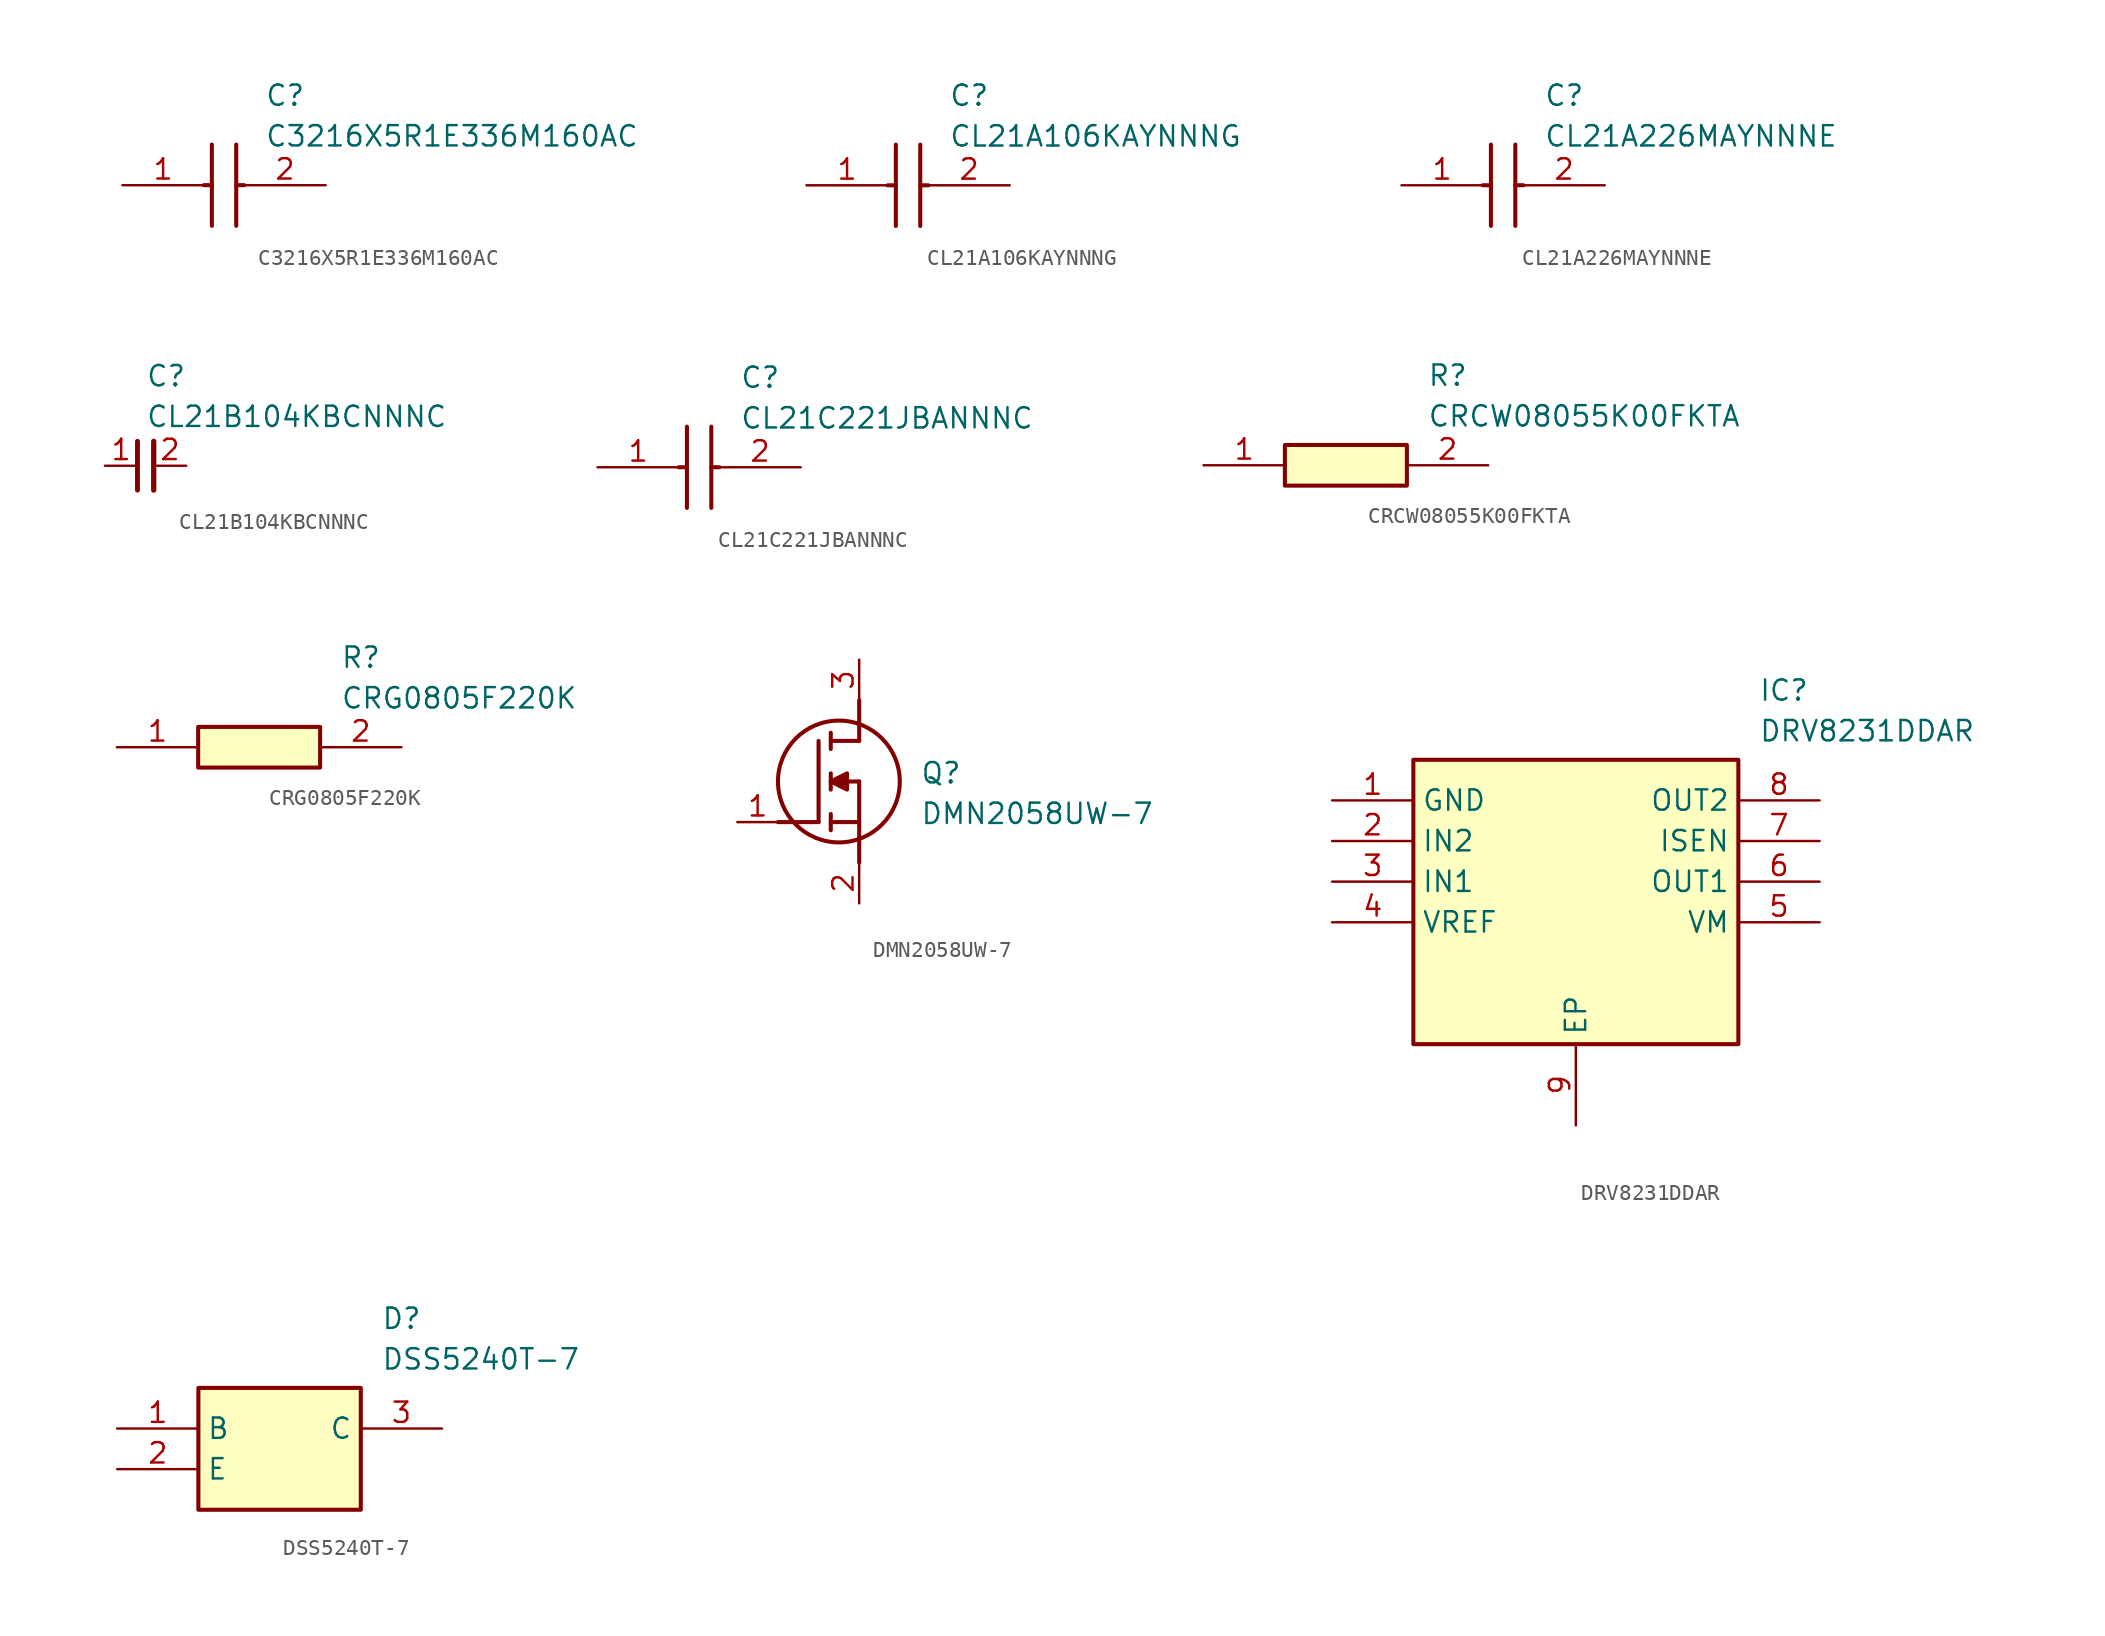
<source format=kicad_sym>
(kicad_symbol_lib
  (version 20241209)
  (generator "kicad_symbol_editor")
  (generator_version "9.0")
  (symbol "C3216X5R1E336M160AC"
    (pin_names
      (hide yes))
    (property "Reference" "C"
      (at 8.89 6.35 0)
      (effects (font (size 1.27 1.27)) (justify left top)))
    (property "Value" "C3216X5R1E336M160AC"
      (at 8.89 3.81 0)
      (effects (font (size 1.27 1.27)) (justify left top)))
    (symbol "C3216X5R1E336M160AC_1_1"
      (polyline (pts (xy 5.08 0) (xy 5.588 0)) (stroke (width 0.254) (type default)) (fill (type none)))
      (polyline (pts (xy 5.588 2.54) (xy 5.588 -2.54)) (stroke (width 0.254) (type default)) (fill (type none)))
      (polyline (pts (xy 7.112 2.54) (xy 7.112 -2.54)) (stroke (width 0.254) (type default)) (fill (type none)))
      (polyline (pts (xy 7.112 0) (xy 7.62 0)) (stroke (width 0.254) (type default)) (fill (type none)))
      (pin passive line (at 0 0 0) (length 5.08) (name "1" (effects (font (size 1.27 1.27)))) (number "1" (effects (font (size 1.27 1.27)))))
      (pin passive line (at 12.7 0 180) (length 5.08) (name "2" (effects (font (size 1.27 1.27)))) (number "2" (effects (font (size 1.27 1.27)))))))
  (symbol "CL21A106KAYNNNG"
    (pin_names
      (hide yes))
    (property "Reference" "C"
      (at 8.89 6.35 0)
      (effects (font (size 1.27 1.27)) (justify left top)))
    (property "Value" "CL21A106KAYNNNG"
      (at 8.89 3.81 0)
      (effects (font (size 1.27 1.27)) (justify left top)))
    (symbol "CL21A106KAYNNNG_1_1"
      (polyline (pts (xy 5.08 0) (xy 5.588 0)) (stroke (width 0.254) (type default)) (fill (type none)))
      (polyline (pts (xy 5.588 2.54) (xy 5.588 -2.54)) (stroke (width 0.254) (type default)) (fill (type none)))
      (polyline (pts (xy 7.112 2.54) (xy 7.112 -2.54)) (stroke (width 0.254) (type default)) (fill (type none)))
      (polyline (pts (xy 7.112 0) (xy 7.62 0)) (stroke (width 0.254) (type default)) (fill (type none)))
      (pin passive line (at 0 0 0) (length 5.08) (name "1" (effects (font (size 1.27 1.27)))) (number "1" (effects (font (size 1.27 1.27)))))
      (pin passive line (at 12.7 0 180) (length 5.08) (name "2" (effects (font (size 1.27 1.27)))) (number "2" (effects (font (size 1.27 1.27)))))))
  (symbol "CL21A226MAYNNNE"
    (pin_names
      (hide yes))
    (property "Reference" "C"
      (at 8.89 6.35 0)
      (effects (font (size 1.27 1.27)) (justify left top)))
    (property "Value" "CL21A226MAYNNNE"
      (at 8.89 3.81 0)
      (effects (font (size 1.27 1.27)) (justify left top)))
    (symbol "CL21A226MAYNNNE_1_1"
      (polyline (pts (xy 5.08 0) (xy 5.588 0)) (stroke (width 0.254) (type default)) (fill (type none)))
      (polyline (pts (xy 5.588 2.54) (xy 5.588 -2.54)) (stroke (width 0.254) (type default)) (fill (type none)))
      (polyline (pts (xy 7.112 2.54) (xy 7.112 -2.54)) (stroke (width 0.254) (type default)) (fill (type none)))
      (polyline (pts (xy 7.112 0) (xy 7.62 0)) (stroke (width 0.254) (type default)) (fill (type none)))
      (pin passive line (at 0 0 0) (length 5.08) (name "1" (effects (font (size 1.27 1.27)))) (number "1" (effects (font (size 1.27 1.27)))))
      (pin passive line (at 12.7 0 180) (length 5.08) (name "2" (effects (font (size 1.27 1.27)))) (number "2" (effects (font (size 1.27 1.27)))))))
  (symbol "CL21B104KBCNNNC"
    (pin_names
      (hide yes))
    (property "Reference" "C"
      (at 8.89 6.35 0)
      (effects (font (size 1.27 1.27)) (justify left top)))
    (property "Value" "CL21B104KBCNNNC"
      (at 8.89 3.81 0)
      (effects (font (size 1.27 1.27)) (justify left top)))
    (symbol "CL21B104KBCNNNC_0_1"
      (polyline (pts (xy 8.382 -1.524) (xy 8.382 1.524)) (stroke (width 0.305) (type default)) (fill (type none)))
      (polyline (pts (xy 9.398 -1.524) (xy 9.398 1.524)) (stroke (width 0.33) (type default)) (fill (type none))))
    (symbol "CL21B104KBCNNNC_1_1"
      (pin passive line (at 6.35 0 0) (length 2.032) (name "~" (effects (font (size 1.27 1.27)))) (number "1" (effects (font (size 1.27 1.27)))))
      (pin passive line (at 11.43 0 180) (length 2.032) (name "~" (effects (font (size 1.27 1.27)))) (number "2" (effects (font (size 1.27 1.27)))))))
  (symbol "CL21C221JBANNNC"
    (pin_names
      (hide yes))
    (property "Reference" "C"
      (at 8.89 6.35 0)
      (effects (font (size 1.27 1.27)) (justify left top)))
    (property "Value" "CL21C221JBANNNC"
      (at 8.89 3.81 0)
      (effects (font (size 1.27 1.27)) (justify left top)))
    (symbol "CL21C221JBANNNC_1_1"
      (polyline (pts (xy 5.08 0) (xy 5.588 0)) (stroke (width 0.254) (type default)) (fill (type none)))
      (polyline (pts (xy 5.588 2.54) (xy 5.588 -2.54)) (stroke (width 0.254) (type default)) (fill (type none)))
      (polyline (pts (xy 7.112 2.54) (xy 7.112 -2.54)) (stroke (width 0.254) (type default)) (fill (type none)))
      (polyline (pts (xy 7.112 0) (xy 7.62 0)) (stroke (width 0.254) (type default)) (fill (type none)))
      (pin passive line (at 0 0 0) (length 5.08) (name "1" (effects (font (size 1.27 1.27)))) (number "1" (effects (font (size 1.27 1.27)))))
      (pin passive line (at 12.7 0 180) (length 5.08) (name "2" (effects (font (size 1.27 1.27)))) (number "2" (effects (font (size 1.27 1.27)))))))
  (symbol "CRCW08055K00FKTA"
    (pin_names
      (hide yes))
    (property "Reference" "R"
      (at 13.97 6.35 0)
      (effects (font (size 1.27 1.27)) (justify left top)))
    (property "Value" "CRCW08055K00FKTA"
      (at 13.97 3.81 0)
      (effects (font (size 1.27 1.27)) (justify left top)))
    (symbol "CRCW08055K00FKTA_1_1"
      (rectangle (start 5.08 1.27) (end 12.7 -1.27) (stroke (width 0.254) (type default)) (fill (type background)))
      (pin passive line (at 0 0 0) (length 5.08) (name "1" (effects (font (size 1.27 1.27)))) (number "1" (effects (font (size 1.27 1.27)))))
      (pin passive line (at 17.78 0 180) (length 5.08) (name "2" (effects (font (size 1.27 1.27)))) (number "2" (effects (font (size 1.27 1.27)))))))
  (symbol "CRG0805F220K"
    (pin_names
      (hide yes))
    (property "Reference" "R"
      (at 13.97 6.35 0)
      (effects (font (size 1.27 1.27)) (justify left top)))
    (property "Value" "CRG0805F220K"
      (at 13.97 3.81 0)
      (effects (font (size 1.27 1.27)) (justify left top)))
    (symbol "CRG0805F220K_1_1"
      (rectangle (start 5.08 1.27) (end 12.7 -1.27) (stroke (width 0.254) (type default)) (fill (type background)))
      (pin passive line (at 0 0 0) (length 5.08) (name "1" (effects (font (size 1.27 1.27)))) (number "1" (effects (font (size 1.27 1.27)))))
      (pin passive line (at 17.78 0 180) (length 5.08) (name "2" (effects (font (size 1.27 1.27)))) (number "2" (effects (font (size 1.27 1.27)))))))
  (symbol "DMN2058UW-7"
    (pin_names
      (hide yes))
    (property "Reference" "Q"
      (at 11.43 3.81 0)
      (effects (font (size 1.27 1.27)) (justify left top)))
    (property "Value" "DMN2058UW-7"
      (at 11.43 1.27 0)
      (effects (font (size 1.27 1.27)) (justify left top)))
    (symbol "DMN2058UW-7_1_1"
      (polyline (pts (xy 2.54 0) (xy 5.08 0)) (stroke (width 0.254) (type default)) (fill (type none)))
      (polyline (pts (xy 5.08 5.08) (xy 5.08 0)) (stroke (width 0.254) (type default)) (fill (type none)))
      (polyline (pts (xy 5.842 5.588) (xy 5.842 4.572)) (stroke (width 0.254) (type default)) (fill (type none)))
      (polyline (pts (xy 5.842 2.54) (xy 6.858 3.048) (xy 6.858 2.032) (xy 5.842 2.54)) (stroke (width 0.254) (type default)) (fill (type outline)))
      (polyline (pts (xy 5.842 2.032) (xy 5.842 3.048)) (stroke (width 0.254) (type default)) (fill (type none)))
      (polyline (pts (xy 5.842 0) (xy 7.62 0)) (stroke (width 0.254) (type default)) (fill (type none)))
      (polyline (pts (xy 5.842 -0.508) (xy 5.842 0.508)) (stroke (width 0.254) (type default)) (fill (type none)))
      (circle (center 6.35 2.54) (radius 3.81) (stroke (width 0.254) (type default)) (fill (type none)))
      (polyline (pts (xy 7.62 5.08) (xy 5.842 5.08)) (stroke (width 0.254) (type default)) (fill (type none)))
      (polyline (pts (xy 7.62 5.08) (xy 7.62 7.62)) (stroke (width 0.254) (type default)) (fill (type none)))
      (polyline (pts (xy 7.62 2.54) (xy 5.842 2.54)) (stroke (width 0.254) (type default)) (fill (type none)))
      (polyline (pts (xy 7.62 2.54) (xy 7.62 -2.54)) (stroke (width 0.254) (type default)) (fill (type none)))
      (pin passive line (at 0 0 0) (length 2.54) (name "G" (effects (font (size 1.27 1.27)))) (number "1" (effects (font (size 1.27 1.27)))))
      (pin passive line (at 7.62 10.16 270) (length 2.54) (name "D" (effects (font (size 1.27 1.27)))) (number "3" (effects (font (size 1.27 1.27)))))
      (pin passive line (at 7.62 -5.08 90) (length 2.54) (name "S" (effects (font (size 1.27 1.27)))) (number "2" (effects (font (size 1.27 1.27)))))))
  (symbol "DRV8231DDAR"
    (property "Reference" "IC"
      (at 26.67 7.62 0)
      (effects (font (size 1.27 1.27)) (justify left top)))
    (property "Value" "DRV8231DDAR"
      (at 26.67 5.08 0)
      (effects (font (size 1.27 1.27)) (justify left top)))
    (symbol "DRV8231DDAR_1_1"
      (rectangle (start 5.08 2.54) (end 25.4 -15.24) (stroke (width 0.254) (type default)) (fill (type background)))
      (pin passive line (at 0 0 0) (length 5.08) (name "GND" (effects (font (size 1.27 1.27)))) (number "1" (effects (font (size 1.27 1.27)))))
      (pin passive line (at 0 -2.54 0) (length 5.08) (name "IN2" (effects (font (size 1.27 1.27)))) (number "2" (effects (font (size 1.27 1.27)))))
      (pin passive line (at 0 -5.08 0) (length 5.08) (name "IN1" (effects (font (size 1.27 1.27)))) (number "3" (effects (font (size 1.27 1.27)))))
      (pin passive line (at 0 -7.62 0) (length 5.08) (name "VREF" (effects (font (size 1.27 1.27)))) (number "4" (effects (font (size 1.27 1.27)))))
      (pin passive line (at 15.24 -20.32 90) (length 5.08) (name "EP" (effects (font (size 1.27 1.27)))) (number "9" (effects (font (size 1.27 1.27)))))
      (pin passive line (at 30.48 0 180) (length 5.08) (name "OUT2" (effects (font (size 1.27 1.27)))) (number "8" (effects (font (size 1.27 1.27)))))
      (pin passive line (at 30.48 -2.54 180) (length 5.08) (name "ISEN" (effects (font (size 1.27 1.27)))) (number "7" (effects (font (size 1.27 1.27)))))
      (pin passive line (at 30.48 -5.08 180) (length 5.08) (name "OUT1" (effects (font (size 1.27 1.27)))) (number "6" (effects (font (size 1.27 1.27)))))
      (pin passive line (at 30.48 -7.62 180) (length 5.08) (name "VM" (effects (font (size 1.27 1.27)))) (number "5" (effects (font (size 1.27 1.27)))))))
  (symbol "DSS5240T-7"
    (property "Reference" "D"
      (at 16.51 7.62 0)
      (effects (font (size 1.27 1.27)) (justify left top)))
    (property "Value" "DSS5240T-7"
      (at 16.51 5.08 0)
      (effects (font (size 1.27 1.27)) (justify left top)))
    (symbol "DSS5240T-7_1_1"
      (rectangle (start 5.08 2.54) (end 15.24 -5.08) (stroke (width 0.254) (type default)) (fill (type background)))
      (pin passive line (at 0 0 0) (length 5.08) (name "B" (effects (font (size 1.27 1.27)))) (number "1" (effects (font (size 1.27 1.27)))))
      (pin passive line (at 0 -2.54 0) (length 5.08) (name "E" (effects (font (size 1.27 1.27)))) (number "2" (effects (font (size 1.27 1.27)))))
      (pin passive line (at 20.32 0 180) (length 5.08) (name "C" (effects (font (size 1.27 1.27)))) (number "3" (effects (font (size 1.27 1.27))))))))
</source>
